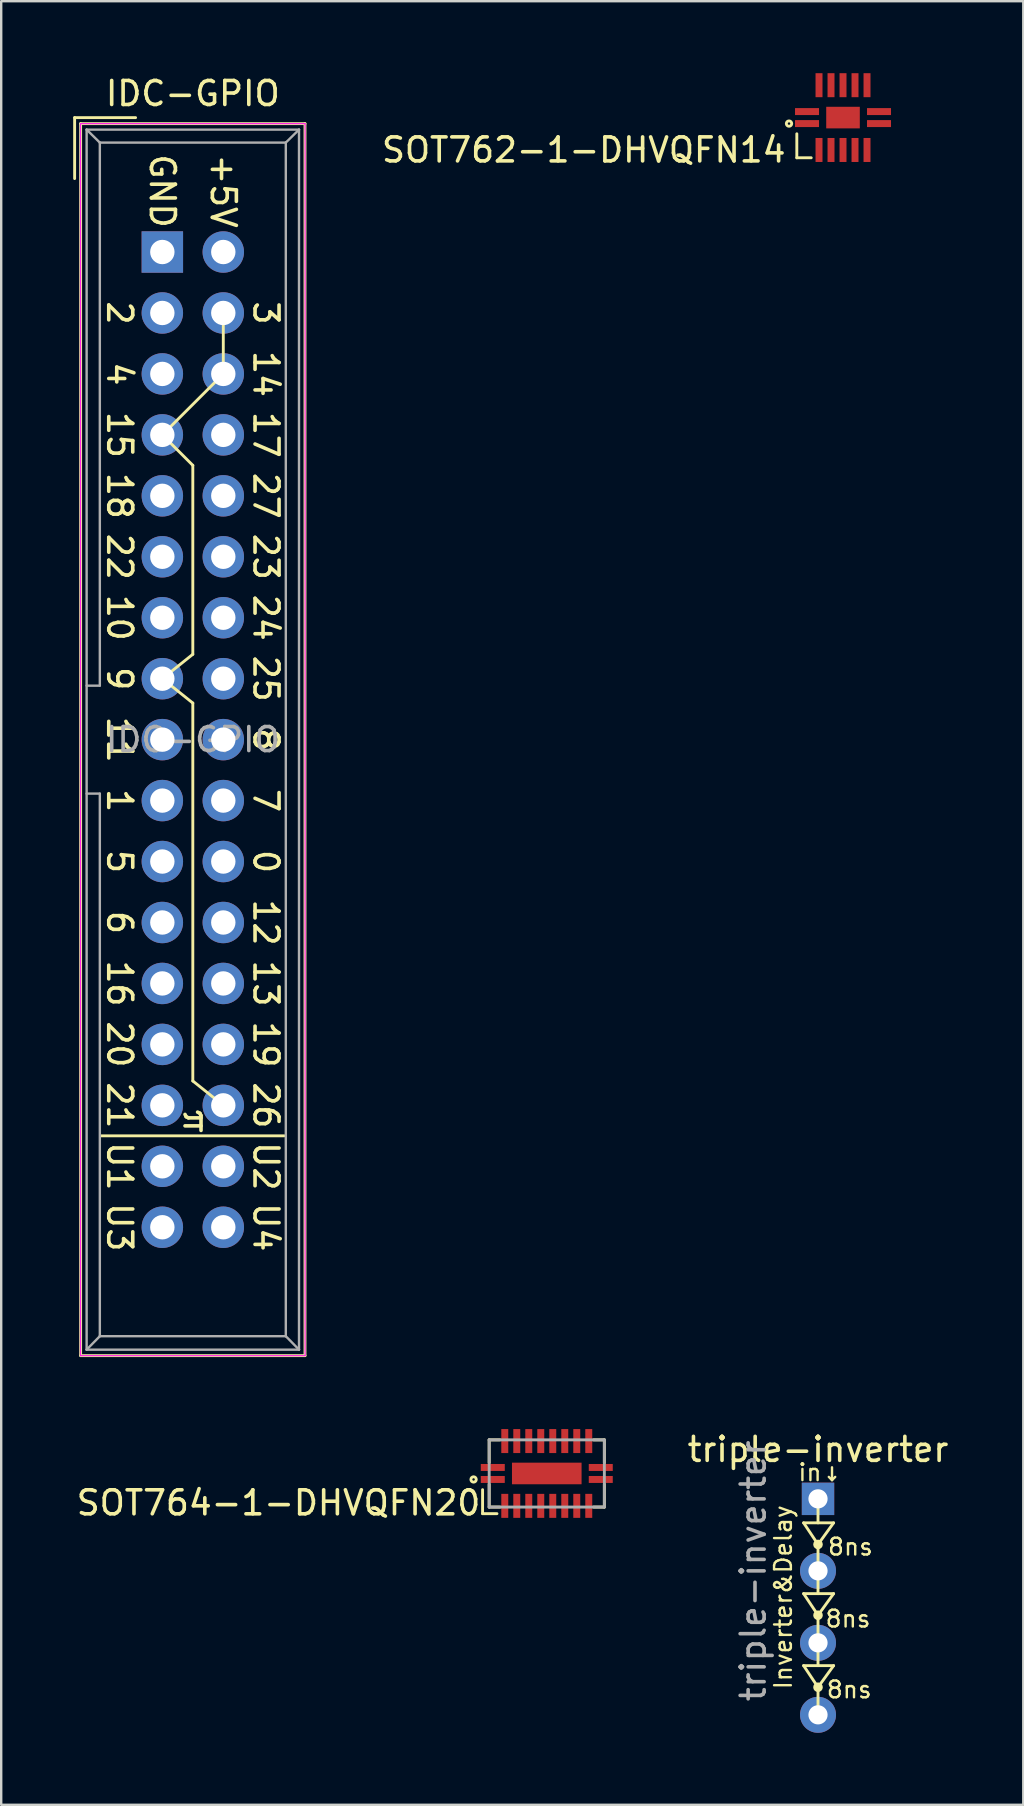
<source format=kicad_pcb>
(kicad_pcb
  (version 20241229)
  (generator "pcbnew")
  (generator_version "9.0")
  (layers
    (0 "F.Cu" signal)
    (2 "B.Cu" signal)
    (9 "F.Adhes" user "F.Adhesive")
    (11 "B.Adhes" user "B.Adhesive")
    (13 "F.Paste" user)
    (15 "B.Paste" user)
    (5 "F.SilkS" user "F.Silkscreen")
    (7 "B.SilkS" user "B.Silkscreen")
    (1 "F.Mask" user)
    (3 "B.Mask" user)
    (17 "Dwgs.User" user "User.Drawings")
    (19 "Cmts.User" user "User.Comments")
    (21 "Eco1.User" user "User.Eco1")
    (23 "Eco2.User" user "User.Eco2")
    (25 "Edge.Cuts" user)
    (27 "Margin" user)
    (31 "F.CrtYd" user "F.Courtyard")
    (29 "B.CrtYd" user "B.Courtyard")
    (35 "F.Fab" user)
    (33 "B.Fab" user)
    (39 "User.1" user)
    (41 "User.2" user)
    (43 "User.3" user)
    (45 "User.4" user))
  (footprint "SOT764-1-DHVQFN20"
    (layer "F.Cu")
    (at 19.735 58.352)
    (property "Reference" "SOT764-1-DHVQFN20" (at -2.675 1.225 0) (layer "F.SilkS") (effects (font (size 1 1) (thickness 0.15)) (justify right)))
    (attr through_hole)
    (fp_line (start -2.675 0.675) (end -2.675 1.675) (stroke (width 0.12) (type solid)) (layer "F.SilkS"))
    (fp_line (start -2.675 1.675) (end -2.075 1.675) (stroke (width 0.12) (type solid)) (layer "F.SilkS"))
    (fp_line (start -2.4 -1.4) (end -1.95 -1.4) (stroke (width 0.12) (type solid)) (layer "F.SilkS"))
    (fp_line (start -2.4 -0.45) (end -2.4 -1.4) (stroke (width 0.12) (type solid)) (layer "F.SilkS"))
    (fp_line (start -2.4 0.45) (end -2.4 1.4) (stroke (width 0.12) (type solid)) (layer "F.SilkS"))
    (fp_line (start -2.4 1.4) (end -1.95 1.4) (stroke (width 0.12) (type solid)) (layer "F.SilkS"))
    (fp_line (start 1.95 -1.4) (end 2.4 -1.4) (stroke (width 0.12) (type solid)) (layer "F.SilkS"))
    (fp_line (start 1.95 1.4) (end 2.4 1.4) (stroke (width 0.12) (type solid)) (layer "F.SilkS"))
    (fp_line (start 2.4 -1.4) (end 2.4 -0.45) (stroke (width 0.12) (type solid)) (layer "F.SilkS"))
    (fp_line (start 2.4 1.4) (end 2.4 0.45) (stroke (width 0.12) (type solid)) (layer "F.SilkS"))
    (fp_circle (center -3.05 0.25) (end -3 0.35) (stroke (width 0.12) (type solid)) (fill no) (layer "F.SilkS"))
    (fp_poly (pts (xy -0.9 -0.2) (xy -0.3 -0.2) (xy -0.3 0.2) (xy -0.9 0.2)) (stroke (width 0.1) (type solid)) (fill yes) (layer "F.Paste"))
    (fp_poly (pts (xy 0.9 -0.2) (xy 0.3 -0.2) (xy 0.3 0.2) (xy 0.9 0.2)) (stroke (width 0.1) (type solid)) (fill yes) (layer "F.Paste"))
    (fp_line (start -2.4 -1.4) (end 2.4 -1.4) (stroke (width 0.12) (type solid)) (layer "F.Fab"))
    (fp_line (start -2.4 1.4) (end -2.4 -1.4) (stroke (width 0.12) (type solid)) (layer "F.Fab"))
    (fp_line (start 2.4 -1.4) (end 2.4 1.4) (stroke (width 0.12) (type solid)) (layer "F.Fab"))
    (fp_line (start 2.4 1.4) (end -2.4 1.4) (stroke (width 0.12) (type solid)) (layer "F.Fab"))
    (pad "1" smd rect (at -2.25 0.25) (size 1 0.29) (layers "F.Cu" "F.Mask" "F.Paste"))
    (pad "2" smd rect (at -1.75 1.35) (size 0.29 1) (layers "F.Cu" "F.Mask" "F.Paste"))
    (pad "3" smd rect (at -1.25 1.35) (size 0.29 1) (layers "F.Cu" "F.Mask" "F.Paste"))
    (pad "4" smd rect (at -0.75 1.35) (size 0.29 1) (layers "F.Cu" "F.Mask" "F.Paste"))
    (pad "5" smd rect (at -0.25 1.35) (size 0.29 1) (layers "F.Cu" "F.Mask" "F.Paste"))
    (pad "6" smd rect (at 0.25 1.35) (size 0.29 1) (layers "F.Cu" "F.Mask" "F.Paste"))
    (pad "7" smd rect (at 0.75 1.35) (size 0.29 1) (layers "F.Cu" "F.Mask" "F.Paste"))
    (pad "8" smd rect (at 1.25 1.35) (size 0.29 1) (layers "F.Cu" "F.Mask" "F.Paste"))
    (pad "9" smd rect (at 1.75 1.35) (size 0.29 1) (layers "F.Cu" "F.Mask" "F.Paste"))
    (pad "10" smd rect (at 0 0) (size 2.9 0.9) (layers "F.Cu" "F.Mask"))
    (pad "10" smd rect (at 2.25 0.25) (size 1 0.29) (layers "F.Cu" "F.Mask" "F.Paste"))
    (pad "11" smd rect (at 2.25 -0.25) (size 1 0.29) (layers "F.Cu" "F.Mask" "F.Paste"))
    (pad "12" smd rect (at 1.75 -1.35) (size 0.29 1) (layers "F.Cu" "F.Mask" "F.Paste"))
    (pad "13" smd rect (at 1.25 -1.35) (size 0.29 1) (layers "F.Cu" "F.Mask" "F.Paste"))
    (pad "14" smd rect (at 0.75 -1.35) (size 0.29 1) (layers "F.Cu" "F.Mask" "F.Paste"))
    (pad "15" smd rect (at 0.25 -1.35) (size 0.29 1) (layers "F.Cu" "F.Mask" "F.Paste"))
    (pad "16" smd rect (at -0.25 -1.35) (size 0.29 1) (layers "F.Cu" "F.Mask" "F.Paste"))
    (pad "17" smd rect (at -0.75 -1.35) (size 0.29 1) (layers "F.Cu" "F.Mask" "F.Paste"))
    (pad "18" smd rect (at -1.25 -1.35) (size 0.29 1) (layers "F.Cu" "F.Mask" "F.Paste"))
    (pad "19" smd rect (at -1.75 -1.35) (size 0.29 1) (layers "F.Cu" "F.Mask" "F.Paste"))
    (pad "20" smd rect (at -2.25 -0.25) (size 1 0.29) (layers "F.Cu" "F.Mask" "F.Paste")))
  (footprint "SOT762-1-DHVQFN14"
    (layer "F.Cu")
    (at 32.08 1.85)
    (property "Reference" "SOT762-1-DHVQFN14" (at -2.3 1.35 0) (layer "F.SilkS") (effects (font (size 1 1) (thickness 0.15)) (justify right)))
    (attr through_hole)
    (fp_line (start -1.925 0.675) (end -1.925 1.675) (stroke (width 0.12) (type solid)) (layer "F.SilkS"))
    (fp_line (start -1.925 1.675) (end -1.325 1.675) (stroke (width 0.12) (type solid)) (layer "F.SilkS"))
    (fp_circle (center -2.25 0.25) (end -2.2 0.35) (stroke (width 0.12) (type solid)) (fill no) (layer "F.SilkS"))
    (fp_poly (pts (xy -0.3 -0.2) (xy 0.3 -0.2) (xy 0.3 0.2) (xy -0.3 0.2)) (stroke (width 0.1) (type solid)) (fill yes) (layer "F.Paste"))
    (pad "1" smd rect (at -1.5 0.25) (size 1 0.29) (layers "F.Cu" "F.Mask" "F.Paste"))
    (pad "2" smd rect (at -1 1.35) (size 0.29 1) (layers "F.Cu" "F.Mask" "F.Paste"))
    (pad "3" smd rect (at -0.5 1.35) (size 0.29 1) (layers "F.Cu" "F.Mask" "F.Paste"))
    (pad "4" smd rect (at 0 1.35) (size 0.29 1) (layers "F.Cu" "F.Mask" "F.Paste"))
    (pad "5" smd rect (at 0.5 1.35) (size 0.29 1) (layers "F.Cu" "F.Mask" "F.Paste"))
    (pad "6" smd rect (at 1 1.35) (size 0.29 1) (layers "F.Cu" "F.Mask" "F.Paste"))
    (pad "7" smd rect (at 0 0) (size 1.4 0.9) (layers "F.Cu" "F.Mask"))
    (pad "7" smd rect (at 1.5 0.25) (size 1 0.29) (layers "F.Cu" "F.Mask" "F.Paste"))
    (pad "8" smd rect (at 1.5 -0.25) (size 1 0.29) (layers "F.Cu" "F.Mask" "F.Paste"))
    (pad "9" smd rect (at 1 -1.35) (size 0.29 1) (layers "F.Cu" "F.Mask" "F.Paste"))
    (pad "10" smd rect (at 0.5 -1.35) (size 0.29 1) (layers "F.Cu" "F.Mask" "F.Paste"))
    (pad "11" smd rect (at 0 -1.35) (size 0.29 1) (layers "F.Cu" "F.Mask" "F.Paste"))
    (pad "12" smd rect (at -0.5 -1.35) (size 0.29 1) (layers "F.Cu" "F.Mask" "F.Paste"))
    (pad "13" smd rect (at -1 -1.35) (size 0.29 1) (layers "F.Cu" "F.Mask" "F.Paste"))
    (pad "14" smd rect (at -1.5 -0.25) (size 1 0.29) (layers "F.Cu" "F.Mask" "F.Paste")))
  (footprint "IDC-GPIO"
    (layer "F.Cu")
    (at 3.715 7.452)
    (property "Reference" "IDC-GPIO" (at 1.27 -6.604 0) (layer "F.SilkS") (effects (font (size 1 1) (thickness 0.15))))
    (attr through_hole)
    (fp_line (start -3.655 -5.6) (end -3.655 -3.06) (stroke (width 0.12) (type solid)) (layer "F.SilkS"))
    (fp_line (start -3.655 -5.6) (end -1.115 -5.6) (stroke (width 0.12) (type solid)) (layer "F.SilkS"))
    (fp_line (start -3.405 -5.35) (end 5.945 -5.35) (stroke (width 0.12) (type solid)) (layer "F.SilkS"))
    (fp_line (start -3.405 45.99) (end -3.405 -5.35) (stroke (width 0.12) (type solid)) (layer "F.SilkS"))
    (fp_line (start -2.54 36.83) (end 5.08 36.83) (stroke (width 0.12) (type solid)) (layer "F.SilkS"))
    (fp_line (start 0 7.62) (end 1.27 8.89) (stroke (width 0.12) (type solid)) (layer "F.SilkS"))
    (fp_line (start 0 17.78) (end 1.27 18.796) (stroke (width 0.12) (type solid)) (layer "F.SilkS"))
    (fp_line (start 1.27 8.89) (end 1.27 16.764) (stroke (width 0.12) (type solid)) (layer "F.SilkS"))
    (fp_line (start 1.27 16.764) (end 0 17.78) (stroke (width 0.12) (type solid)) (layer "F.SilkS"))
    (fp_line (start 1.27 18.796) (end 1.27 34.544) (stroke (width 0.12) (type solid)) (layer "F.SilkS"))
    (fp_line (start 1.27 34.544) (end 2.54 35.56) (stroke (width 0.12) (type solid)) (layer "F.SilkS"))
    (fp_line (start 2.54 2.54) (end 2.54 5.08) (stroke (width 0.12) (type solid)) (layer "F.SilkS"))
    (fp_line (start 2.54 5.08) (end 0 7.62) (stroke (width 0.12) (type solid)) (layer "F.SilkS"))
    (fp_line (start 5.945 -5.35) (end 5.945 45.99) (stroke (width 0.12) (type solid)) (layer "F.SilkS"))
    (fp_line (start 5.945 45.99) (end -3.405 45.99) (stroke (width 0.12) (type solid)) (layer "F.SilkS"))
    (fp_line (start -3.41 -5.35) (end 5.95 -5.35) (stroke (width 0.05) (type solid)) (layer "F.CrtYd"))
    (fp_line (start -3.41 45.99) (end -3.41 -5.35) (stroke (width 0.05) (type solid)) (layer "F.CrtYd"))
    (fp_line (start 5.95 -5.35) (end 5.95 45.99) (stroke (width 0.05) (type solid)) (layer "F.CrtYd"))
    (fp_line (start 5.95 45.99) (end -3.41 45.99) (stroke (width 0.05) (type solid)) (layer "F.CrtYd"))
    (fp_line (start -3.155 -5.1) (end -3.155 45.74) (stroke (width 0.1) (type solid)) (layer "F.Fab"))
    (fp_line (start -3.155 -5.1) (end -2.605 -4.56) (stroke (width 0.1) (type solid)) (layer "F.Fab"))
    (fp_line (start -3.155 45.74) (end -2.605 45.18) (stroke (width 0.1) (type solid)) (layer "F.Fab"))
    (fp_line (start -2.605 -4.56) (end -2.605 18.07) (stroke (width 0.1) (type solid)) (layer "F.Fab"))
    (fp_line (start -2.605 18.07) (end -3.155 18.07) (stroke (width 0.1) (type solid)) (layer "F.Fab"))
    (fp_line (start -2.605 22.57) (end -3.155 22.57) (stroke (width 0.1) (type solid)) (layer "F.Fab"))
    (fp_line (start -2.605 22.57) (end -2.605 45.18) (stroke (width 0.1) (type solid)) (layer "F.Fab"))
    (fp_line (start 5.145 -4.56) (end -2.605 -4.56) (stroke (width 0.1) (type solid)) (layer "F.Fab"))
    (fp_line (start 5.145 -4.56) (end 5.145 45.18) (stroke (width 0.1) (type solid)) (layer "F.Fab"))
    (fp_line (start 5.145 45.18) (end -2.605 45.18) (stroke (width 0.1) (type solid)) (layer "F.Fab"))
    (fp_line (start 5.695 -5.1) (end -3.155 -5.1) (stroke (width 0.1) (type solid)) (layer "F.Fab"))
    (fp_line (start 5.695 -5.1) (end 5.145 -4.56) (stroke (width 0.1) (type solid)) (layer "F.Fab"))
    (fp_line (start 5.695 -5.1) (end 5.695 45.74) (stroke (width 0.1) (type solid)) (layer "F.Fab"))
    (fp_line (start 5.695 45.74) (end -3.155 45.74) (stroke (width 0.1) (type solid)) (layer "F.Fab"))
    (fp_line (start 5.695 45.74) (end 5.145 45.18) (stroke (width 0.1) (type solid)) (layer "F.Fab"))
    (fp_text user "2" (at -1.778 2.54 270) (unlocked yes) (layer "F.SilkS") (effects (font (size 1 1) (thickness 0.15))))
    (fp_text user "π" (at 1.4 36.2 270) (unlocked yes) (layer "F.SilkS") (effects (font (size 1 1) (thickness 0.15))))
    (fp_text user "11" (at -1.778 20.32 270) (unlocked yes) (layer "F.SilkS") (effects (font (size 1 1) (thickness 0.15))))
    (fp_text user "12" (at 4.318 27.94 270) (unlocked yes) (layer "F.SilkS") (effects (font (size 1 1) (thickness 0.15))))
    (fp_text user "27" (at 4.318 10.16 270) (unlocked yes) (layer "F.SilkS") (effects (font (size 1 1) (thickness 0.15))))
    (fp_text user "15" (at -1.778 7.62 270) (unlocked yes) (layer "F.SilkS") (effects (font (size 1 1) (thickness 0.15))))
    (fp_text user "6" (at -1.778 27.94 270) (unlocked yes) (layer "F.SilkS") (effects (font (size 1 1) (thickness 0.15))))
    (fp_text user "17" (at 4.318 7.62 270) (unlocked yes) (layer "F.SilkS") (effects (font (size 1 1) (thickness 0.15))))
    (fp_text user "23" (at 4.318 12.7 270) (unlocked yes) (layer "F.SilkS") (effects (font (size 1 1) (thickness 0.15))))
    (fp_text user "8" (at 4.318 20.32 270) (unlocked yes) (layer "F.SilkS") (effects (font (size 1 1) (thickness 0.15))))
    (fp_text user "20" (at -1.778 33.02 270) (unlocked yes) (layer "F.SilkS") (effects (font (size 1 1) (thickness 0.15))))
    (fp_text user "+5V" (at 2.54 -2.54 270) (unlocked yes) (layer "F.SilkS") (effects (font (size 1 1) (thickness 0.15))))
    (fp_text user "25" (at 4.318 17.78 270) (unlocked yes) (layer "F.SilkS") (effects (font (size 1 1) (thickness 0.15))))
    (fp_text user "14" (at 4.318 5.08 270) (unlocked yes) (layer "F.SilkS") (effects (font (size 1 1) (thickness 0.15))))
    (fp_text user "24" (at 4.318 15.24 270) (unlocked yes) (layer "F.SilkS") (effects (font (size 1 1) (thickness 0.15))))
    (fp_text user "U4" (at 4.318 40.64 270) (unlocked yes) (layer "F.SilkS") (effects (font (size 1 1) (thickness 0.15))))
    (fp_text user "5" (at -1.778 25.4 270) (unlocked yes) (layer "F.SilkS") (effects (font (size 1 1) (thickness 0.15))))
    (fp_text user "4" (at -1.778 5.08 270) (unlocked yes) (layer "F.SilkS") (effects (font (size 1 1) (thickness 0.15))))
    (fp_text user "U2" (at 4.318 38.1 270) (unlocked yes) (layer "F.SilkS") (effects (font (size 1 1) (thickness 0.15))))
    (fp_text user "U3" (at -1.778 40.64 270) (unlocked yes) (layer "F.SilkS") (effects (font (size 1 1) (thickness 0.15))))
    (fp_text user "13" (at 4.318 30.48 270) (unlocked yes) (layer "F.SilkS") (effects (font (size 1 1) (thickness 0.15))))
    (fp_text user "21" (at -1.778 35.56 270) (unlocked yes) (layer "F.SilkS") (effects (font (size 1 1) (thickness 0.15))))
    (fp_text user "26" (at 4.318 35.56 270) (unlocked yes) (layer "F.SilkS") (effects (font (size 1 1) (thickness 0.15))))
    (fp_text user "22" (at -1.778 12.7 270) (unlocked yes) (layer "F.SilkS") (effects (font (size 1 1) (thickness 0.15))))
    (fp_text user "16" (at -1.778 30.48 270) (unlocked yes) (layer "F.SilkS") (effects (font (size 1 1) (thickness 0.15))))
    (fp_text user "GND" (at 0 -2.54 270) (unlocked yes) (layer "F.SilkS") (effects (font (size 1 1) (thickness 0.15))))
    (fp_text user "3" (at 4.318 2.54 270) (unlocked yes) (layer "F.SilkS") (effects (font (size 1 1) (thickness 0.15))))
    (fp_text user "1" (at -1.778 22.86 270) (unlocked yes) (layer "F.SilkS") (effects (font (size 1 1) (thickness 0.15))))
    (fp_text user "18" (at -1.778 10.16 270) (unlocked yes) (layer "F.SilkS") (effects (font (size 1 1) (thickness 0.15))))
    (fp_text user "U1" (at -1.778 38.1 270) (unlocked yes) (layer "F.SilkS") (effects (font (size 1 1) (thickness 0.15))))
    (fp_text user "7" (at 4.318 22.86 270) (unlocked yes) (layer "F.SilkS") (effects (font (size 1 1) (thickness 0.15))))
    (fp_text user "0" (at 4.318 25.4 270) (unlocked yes) (layer "F.SilkS") (effects (font (size 1 1) (thickness 0.15))))
    (fp_text user "10" (at -1.778 15.24 270) (unlocked yes) (layer "F.SilkS") (effects (font (size 1 1) (thickness 0.15))))
    (fp_text user "9" (at -1.778 17.78 270) (unlocked yes) (layer "F.SilkS") (effects (font (size 1 1) (thickness 0.15))))
    (fp_text user "19" (at 4.318 33.02 270) (unlocked yes) (layer "F.SilkS") (effects (font (size 1 1) (thickness 0.15))))
    (fp_text user "${REFERENCE}" (at 1.27 20.32 0) (layer "F.Fab") (effects (font (size 1 1) (thickness 0.15))))
    (pad "1" thru_hole rect (at 0 0) (size 1.727 1.727) (drill 1.016) (layers "*.Cu" "*.Mask"))
    (pad "2" thru_hole oval (at 2.54 0) (size 1.727 1.727) (drill 1.016) (layers "*.Cu" "*.Mask"))
    (pad "3" thru_hole oval (at 0 2.54) (size 1.727 1.727) (drill 1.016) (layers "*.Cu" "*.Mask"))
    (pad "4" thru_hole oval (at 2.54 2.54) (size 1.727 1.727) (drill 1.016) (layers "*.Cu" "*.Mask"))
    (pad "5" thru_hole oval (at 0 5.08) (size 1.727 1.727) (drill 1.016) (layers "*.Cu" "*.Mask"))
    (pad "6" thru_hole oval (at 2.54 5.08) (size 1.727 1.727) (drill 1.016) (layers "*.Cu" "*.Mask"))
    (pad "7" thru_hole oval (at 0 7.62) (size 1.727 1.727) (drill 1.016) (layers "*.Cu" "*.Mask"))
    (pad "8" thru_hole oval (at 2.54 7.62) (size 1.727 1.727) (drill 1.016) (layers "*.Cu" "*.Mask"))
    (pad "9" thru_hole oval (at 0 10.16) (size 1.727 1.727) (drill 1.016) (layers "*.Cu" "*.Mask"))
    (pad "10" thru_hole oval (at 2.54 10.16) (size 1.727 1.727) (drill 1.016) (layers "*.Cu" "*.Mask"))
    (pad "11" thru_hole oval (at 0 12.7) (size 1.727 1.727) (drill 1.016) (layers "*.Cu" "*.Mask"))
    (pad "12" thru_hole oval (at 2.54 12.7) (size 1.727 1.727) (drill 1.016) (layers "*.Cu" "*.Mask"))
    (pad "13" thru_hole oval (at 0 15.24) (size 1.727 1.727) (drill 1.016) (layers "*.Cu" "*.Mask"))
    (pad "14" thru_hole oval (at 2.54 15.24) (size 1.727 1.727) (drill 1.016) (layers "*.Cu" "*.Mask"))
    (pad "15" thru_hole oval (at 0 17.78) (size 1.727 1.727) (drill 1.016) (layers "*.Cu" "*.Mask"))
    (pad "16" thru_hole oval (at 2.54 17.78) (size 1.727 1.727) (drill 1.016) (layers "*.Cu" "*.Mask"))
    (pad "17" thru_hole oval (at 0 20.32) (size 1.727 1.727) (drill 1.016) (layers "*.Cu" "*.Mask"))
    (pad "18" thru_hole oval (at 2.54 20.32) (size 1.727 1.727) (drill 1.016) (layers "*.Cu" "*.Mask"))
    (pad "19" thru_hole oval (at 0 22.86) (size 1.727 1.727) (drill 1.016) (layers "*.Cu" "*.Mask"))
    (pad "20" thru_hole oval (at 2.54 22.86) (size 1.727 1.727) (drill 1.016) (layers "*.Cu" "*.Mask"))
    (pad "21" thru_hole oval (at 0 25.4) (size 1.727 1.727) (drill 1.016) (layers "*.Cu" "*.Mask"))
    (pad "22" thru_hole oval (at 2.54 25.4) (size 1.727 1.727) (drill 1.016) (layers "*.Cu" "*.Mask"))
    (pad "23" thru_hole oval (at 0 27.94) (size 1.727 1.727) (drill 1.016) (layers "*.Cu" "*.Mask"))
    (pad "24" thru_hole oval (at 2.54 27.94) (size 1.727 1.727) (drill 1.016) (layers "*.Cu" "*.Mask"))
    (pad "25" thru_hole oval (at 0 30.48) (size 1.727 1.727) (drill 1.016) (layers "*.Cu" "*.Mask"))
    (pad "26" thru_hole oval (at 2.54 30.48) (size 1.727 1.727) (drill 1.016) (layers "*.Cu" "*.Mask"))
    (pad "27" thru_hole oval (at 0 33.02) (size 1.727 1.727) (drill 1.016) (layers "*.Cu" "*.Mask"))
    (pad "28" thru_hole oval (at 2.54 33.02) (size 1.727 1.727) (drill 1.016) (layers "*.Cu" "*.Mask"))
    (pad "29" thru_hole oval (at 0 35.56) (size 1.727 1.727) (drill 1.016) (layers "*.Cu" "*.Mask"))
    (pad "30" thru_hole oval (at 2.54 35.56) (size 1.727 1.727) (drill 1.016) (layers "*.Cu" "*.Mask"))
    (pad "31" thru_hole oval (at 0 38.1) (size 1.727 1.727) (drill 1.016) (layers "*.Cu" "*.Mask"))
    (pad "32" thru_hole oval (at 2.54 38.1) (size 1.727 1.727) (drill 1.016) (layers "*.Cu" "*.Mask"))
    (pad "33" thru_hole oval (at 0 40.64) (size 1.727 1.727) (drill 1.016) (layers "*.Cu" "*.Mask"))
    (pad "34" thru_hole oval (at 2.54 40.64) (size 1.727 1.727) (drill 1.016) (layers "*.Cu" "*.Mask")))
  (footprint "triple-inverter"
    (layer "F.Cu")
    (at 31.038 59.41)
    (property "Reference" "triple-inverter" (at 0 -2.06 0) (layer "F.SilkS") (effects (font (size 1 1) (thickness 0.15))))
    (attr through_hole)
    (fp_line (start -0.6 1) (end 0.65 1) (stroke (width 0.12) (type solid)) (layer "F.SilkS"))
    (fp_line (start -0.6 3.95) (end 0.65 3.95) (stroke (width 0.12) (type solid)) (layer "F.SilkS"))
    (fp_line (start -0.6 6.95) (end 0.65 6.95) (stroke (width 0.12) (type solid)) (layer "F.SilkS"))
    (fp_line (start 0 1) (end 0 0) (stroke (width 0.12) (type solid)) (layer "F.SilkS"))
    (fp_line (start 0 1.9) (end -0.6 1) (stroke (width 0.12) (type solid)) (layer "F.SilkS"))
    (fp_line (start 0 1.9) (end 0 2.95) (stroke (width 0.12) (type solid)) (layer "F.SilkS"))
    (fp_line (start 0 3.95) (end 0 2.95) (stroke (width 0.12) (type solid)) (layer "F.SilkS"))
    (fp_line (start 0 4.85) (end -0.6 3.95) (stroke (width 0.12) (type solid)) (layer "F.SilkS"))
    (fp_line (start 0 4.85) (end 0 5.9) (stroke (width 0.12) (type solid)) (layer "F.SilkS"))
    (fp_line (start 0 6.95) (end 0 5.95) (stroke (width 0.12) (type solid)) (layer "F.SilkS"))
    (fp_line (start 0 7.85) (end -0.6 6.95) (stroke (width 0.12) (type solid)) (layer "F.SilkS"))
    (fp_line (start 0 7.85) (end 0 8.9) (stroke (width 0.12) (type solid)) (layer "F.SilkS"))
    (fp_line (start 0.65 1) (end 0 1.9) (stroke (width 0.12) (type solid)) (layer "F.SilkS"))
    (fp_line (start 0.65 3.95) (end 0 4.85) (stroke (width 0.12) (type solid)) (layer "F.SilkS"))
    (fp_line (start 0.65 6.95) (end 0 7.85) (stroke (width 0.12) (type solid)) (layer "F.SilkS"))
    (fp_circle (center 0 1.9) (end 0.1 1.9) (stroke (width 0.2) (type solid)) (fill no) (layer "F.SilkS"))
    (fp_circle (center 0 4.85) (end 0.1 4.85) (stroke (width 0.2) (type solid)) (fill no) (layer "F.SilkS"))
    (fp_circle (center 0 7.85) (end 0.1 7.85) (stroke (width 0.2) (type solid)) (fill no) (layer "F.SilkS"))
    (fp_text user "8ns" (at 1.35 2 0) (layer "F.SilkS") (effects (font (size 0.7 0.7) (thickness 0.1))))
    (fp_text user "Inverter&Delay" (at -1.45 4.1 270) (layer "F.SilkS") (effects (font (size 0.7 0.7) (thickness 0.1))))
    (fp_text user "8ns" (at 1.3 7.95 180) (layer "F.SilkS") (effects (font (size 0.7 0.7) (thickness 0.1))))
    (fp_text user "in↓" (at 0.1 -1.1 180) (layer "F.SilkS") (effects (font (size 0.7 0.7) (thickness 0.1))))
    (fp_text user "8ns" (at 1.25 5 0) (layer "F.SilkS") (effects (font (size 0.7 0.7) (thickness 0.1))))
    (fp_text user "${REFERENCE}" (at -2.7 3 90) (layer "F.Fab") (effects (font (size 1 1) (thickness 0.15))))
    (pad "1" thru_hole rect (at 0 0) (size 1.35 1.35) (drill 0.8) (layers "*.Cu" "*.Mask"))
    (pad "2" thru_hole oval (at 0 3) (size 1.5 1.5) (drill 0.8) (layers "*.Cu" "*.Mask"))
    (pad "3" thru_hole oval (at 0 6) (size 1.5 1.5) (drill 0.8) (layers "*.Cu" "*.Mask"))
    (pad "4" thru_hole oval (at 0 9) (size 1.5 1.5) (drill 0.8) (layers "*.Cu" "*.Mask")))
  (gr_rect
    (start -3 -3)
    (end 39.592 72.16)
    (stroke (width 0.1) (type default))
    (fill no)
    (layer "Edge.Cuts")))
</source>
